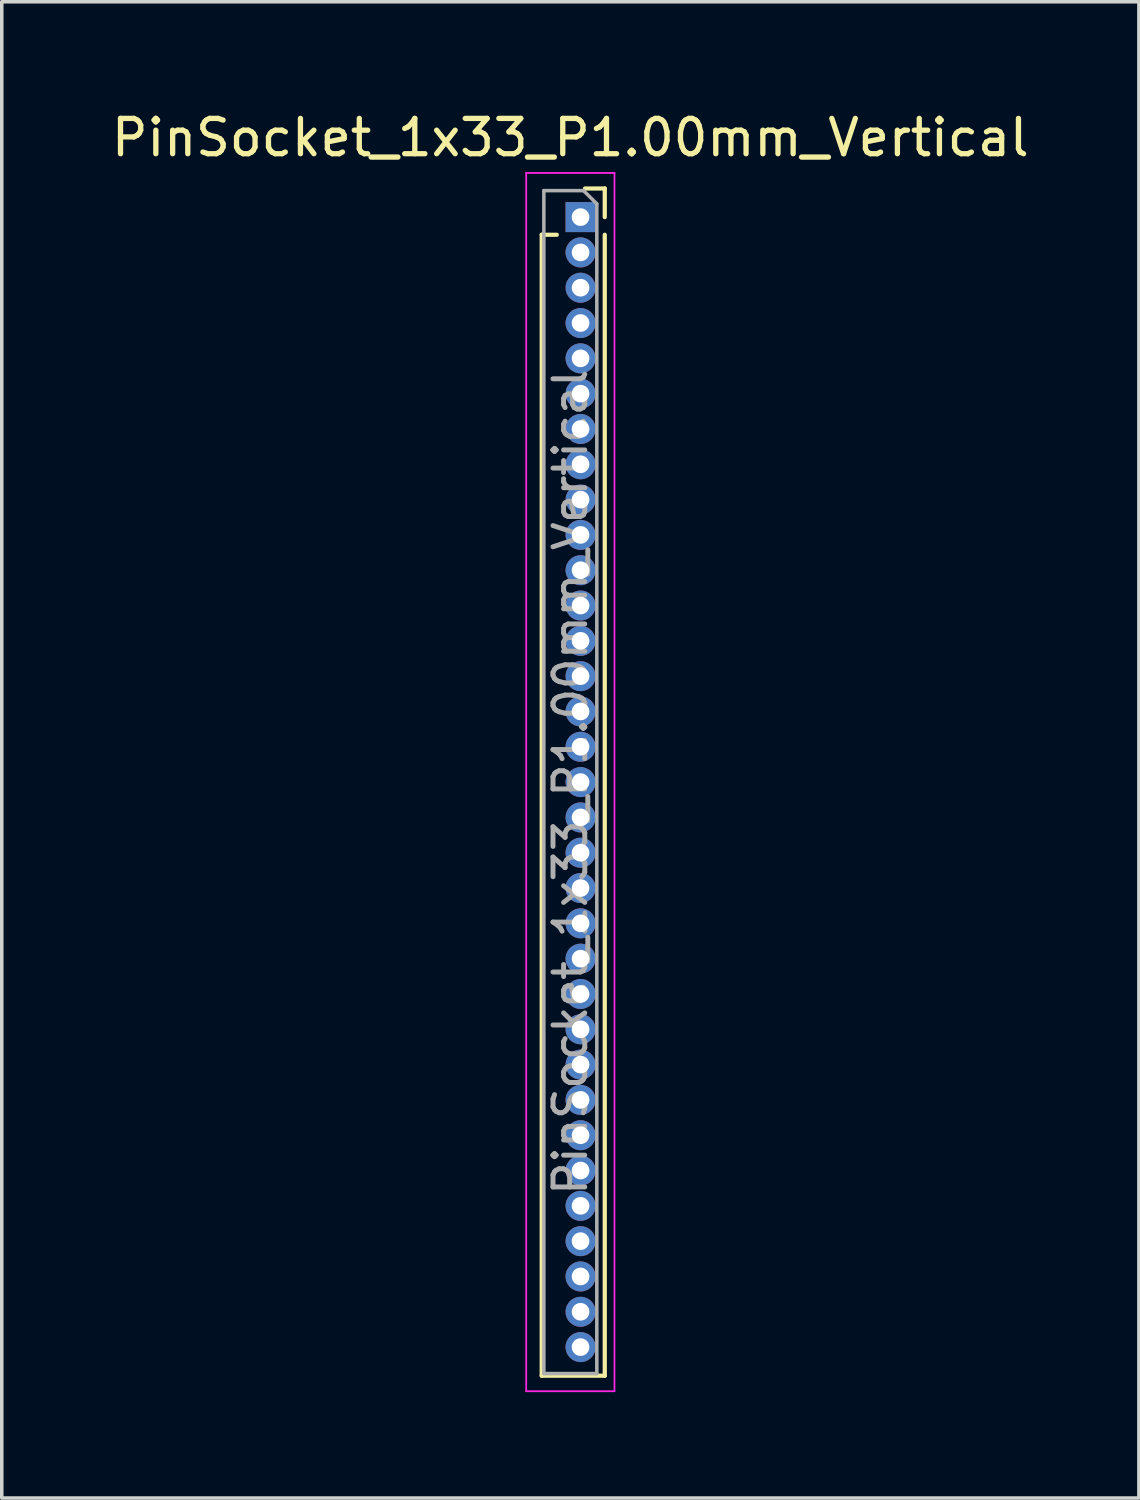
<source format=kicad_pcb>
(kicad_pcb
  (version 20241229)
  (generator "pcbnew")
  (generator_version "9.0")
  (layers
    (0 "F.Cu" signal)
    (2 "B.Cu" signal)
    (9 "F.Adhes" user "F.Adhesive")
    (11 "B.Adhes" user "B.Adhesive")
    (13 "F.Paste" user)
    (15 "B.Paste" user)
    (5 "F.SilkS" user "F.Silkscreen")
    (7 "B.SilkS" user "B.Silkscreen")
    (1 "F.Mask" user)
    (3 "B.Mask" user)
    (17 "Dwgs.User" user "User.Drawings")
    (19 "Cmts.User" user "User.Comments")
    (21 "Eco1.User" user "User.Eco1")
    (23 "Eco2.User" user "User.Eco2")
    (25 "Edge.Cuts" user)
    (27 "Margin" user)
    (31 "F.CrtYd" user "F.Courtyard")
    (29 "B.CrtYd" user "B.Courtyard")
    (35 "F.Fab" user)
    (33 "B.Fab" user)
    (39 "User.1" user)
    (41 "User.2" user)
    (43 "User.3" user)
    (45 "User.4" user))
  (footprint "PinSocket_1x33_P1.00mm_Vertical"
    (layer "F.Cu")
    (at 13.391 3.098)
    (property "Reference" "PinSocket_1x33_P1.00mm_Vertical" (at -0.29 -2.25 0) (layer "F.SilkS") (effects (font (size 1 1) (thickness 0.15))))
    (attr through_hole)
    (fp_line (start -1.1 0.5) (end -1.1 32.81) (stroke (width 0.12) (type solid)) (layer "F.SilkS"))
    (fp_line (start -1.1 0.5) (end -0.674 0.5) (stroke (width 0.12) (type solid)) (layer "F.SilkS"))
    (fp_line (start -1.1 32.81) (end 0.685 32.81) (stroke (width 0.12) (type solid)) (layer "F.SilkS"))
    (fp_line (start 0.125 -0.81) (end 0.685 -0.81) (stroke (width 0.12) (type solid)) (layer "F.SilkS"))
    (fp_line (start 0.685 -0.81) (end 0.685 0) (stroke (width 0.12) (type solid)) (layer "F.SilkS"))
    (fp_line (start 0.685 0.5) (end 0.685 32.81) (stroke (width 0.12) (type solid)) (layer "F.SilkS"))
    (fp_line (start -1.54 -1.25) (end 0.96 -1.25) (stroke (width 0.05) (type solid)) (layer "F.CrtYd"))
    (fp_line (start -1.54 33.25) (end -1.54 -1.25) (stroke (width 0.05) (type solid)) (layer "F.CrtYd"))
    (fp_line (start 0.96 -1.25) (end 0.96 33.25) (stroke (width 0.05) (type solid)) (layer "F.CrtYd"))
    (fp_line (start 0.96 33.25) (end -1.54 33.25) (stroke (width 0.05) (type solid)) (layer "F.CrtYd"))
    (fp_line (start -1.04 -0.75) (end 0.085 -0.75) (stroke (width 0.1) (type solid)) (layer "F.Fab"))
    (fp_line (start -1.04 32.75) (end -1.04 -0.75) (stroke (width 0.1) (type solid)) (layer "F.Fab"))
    (fp_line (start 0.085 -0.75) (end 0.46 -0.375) (stroke (width 0.1) (type solid)) (layer "F.Fab"))
    (fp_line (start 0.46 -0.375) (end 0.46 32.75) (stroke (width 0.1) (type solid)) (layer "F.Fab"))
    (fp_line (start 0.46 32.75) (end -1.04 32.75) (stroke (width 0.1) (type solid)) (layer "F.Fab"))
    (fp_text user "${REFERENCE}" (at -0.29 16 90) (layer "F.Fab") (effects (font (size 0.9 0.9) (thickness 0.14))))
    (pad "1" thru_hole rect (at 0 0) (size 0.85 0.85) (drill 0.5) (layers "*.Cu" "*.Mask"))
    (pad "2" thru_hole oval (at 0 1) (size 0.85 0.85) (drill 0.5) (layers "*.Cu" "*.Mask"))
    (pad "3" thru_hole oval (at 0 2) (size 0.85 0.85) (drill 0.5) (layers "*.Cu" "*.Mask"))
    (pad "4" thru_hole oval (at 0 3) (size 0.85 0.85) (drill 0.5) (layers "*.Cu" "*.Mask"))
    (pad "5" thru_hole oval (at 0 4) (size 0.85 0.85) (drill 0.5) (layers "*.Cu" "*.Mask"))
    (pad "6" thru_hole oval (at 0 5) (size 0.85 0.85) (drill 0.5) (layers "*.Cu" "*.Mask"))
    (pad "7" thru_hole oval (at 0 6) (size 0.85 0.85) (drill 0.5) (layers "*.Cu" "*.Mask"))
    (pad "8" thru_hole oval (at 0 7) (size 0.85 0.85) (drill 0.5) (layers "*.Cu" "*.Mask"))
    (pad "9" thru_hole oval (at 0 8) (size 0.85 0.85) (drill 0.5) (layers "*.Cu" "*.Mask"))
    (pad "10" thru_hole oval (at 0 9) (size 0.85 0.85) (drill 0.5) (layers "*.Cu" "*.Mask"))
    (pad "11" thru_hole oval (at 0 10) (size 0.85 0.85) (drill 0.5) (layers "*.Cu" "*.Mask"))
    (pad "12" thru_hole oval (at 0 11) (size 0.85 0.85) (drill 0.5) (layers "*.Cu" "*.Mask"))
    (pad "13" thru_hole oval (at 0 12) (size 0.85 0.85) (drill 0.5) (layers "*.Cu" "*.Mask"))
    (pad "14" thru_hole oval (at 0 13) (size 0.85 0.85) (drill 0.5) (layers "*.Cu" "*.Mask"))
    (pad "15" thru_hole oval (at 0 14) (size 0.85 0.85) (drill 0.5) (layers "*.Cu" "*.Mask"))
    (pad "16" thru_hole oval (at 0 15) (size 0.85 0.85) (drill 0.5) (layers "*.Cu" "*.Mask"))
    (pad "17" thru_hole oval (at 0 16) (size 0.85 0.85) (drill 0.5) (layers "*.Cu" "*.Mask"))
    (pad "18" thru_hole oval (at 0 17) (size 0.85 0.85) (drill 0.5) (layers "*.Cu" "*.Mask"))
    (pad "19" thru_hole oval (at 0 18) (size 0.85 0.85) (drill 0.5) (layers "*.Cu" "*.Mask"))
    (pad "20" thru_hole oval (at 0 19) (size 0.85 0.85) (drill 0.5) (layers "*.Cu" "*.Mask"))
    (pad "21" thru_hole oval (at 0 20) (size 0.85 0.85) (drill 0.5) (layers "*.Cu" "*.Mask"))
    (pad "22" thru_hole oval (at 0 21) (size 0.85 0.85) (drill 0.5) (layers "*.Cu" "*.Mask"))
    (pad "23" thru_hole oval (at 0 22) (size 0.85 0.85) (drill 0.5) (layers "*.Cu" "*.Mask"))
    (pad "24" thru_hole oval (at 0 23) (size 0.85 0.85) (drill 0.5) (layers "*.Cu" "*.Mask"))
    (pad "25" thru_hole oval (at 0 24) (size 0.85 0.85) (drill 0.5) (layers "*.Cu" "*.Mask"))
    (pad "26" thru_hole oval (at 0 25) (size 0.85 0.85) (drill 0.5) (layers "*.Cu" "*.Mask"))
    (pad "27" thru_hole oval (at 0 26) (size 0.85 0.85) (drill 0.5) (layers "*.Cu" "*.Mask"))
    (pad "28" thru_hole oval (at 0 27) (size 0.85 0.85) (drill 0.5) (layers "*.Cu" "*.Mask"))
    (pad "29" thru_hole oval (at 0 28) (size 0.85 0.85) (drill 0.5) (layers "*.Cu" "*.Mask"))
    (pad "30" thru_hole oval (at 0 29) (size 0.85 0.85) (drill 0.5) (layers "*.Cu" "*.Mask"))
    (pad "31" thru_hole oval (at 0 30) (size 0.85 0.85) (drill 0.5) (layers "*.Cu" "*.Mask"))
    (pad "32" thru_hole oval (at 0 31) (size 0.85 0.85) (drill 0.5) (layers "*.Cu" "*.Mask"))
    (pad "33" thru_hole oval (at 0 32) (size 0.85 0.85) (drill 0.5) (layers "*.Cu" "*.Mask")))
  (gr_rect
    (start -3 -3)
    (end 29.202 39.373)
    (stroke (width 0.1) (type default))
    (fill no)
    (layer "Edge.Cuts")))
</source>
